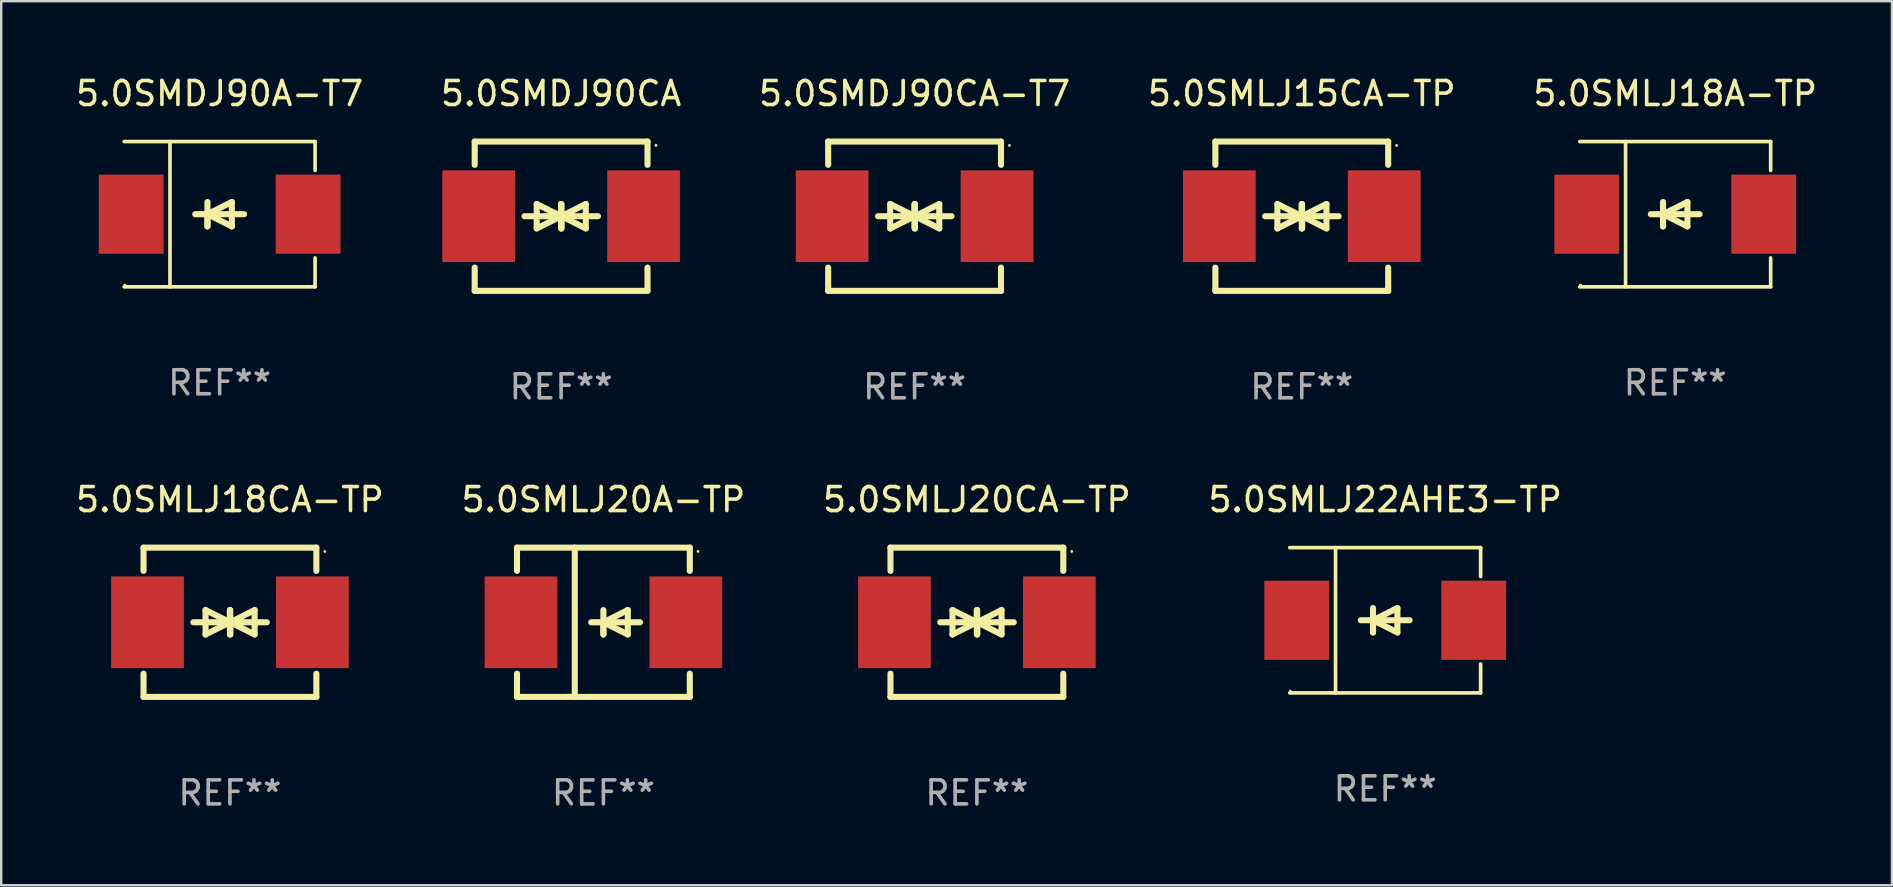
<source format=kicad_pcb>
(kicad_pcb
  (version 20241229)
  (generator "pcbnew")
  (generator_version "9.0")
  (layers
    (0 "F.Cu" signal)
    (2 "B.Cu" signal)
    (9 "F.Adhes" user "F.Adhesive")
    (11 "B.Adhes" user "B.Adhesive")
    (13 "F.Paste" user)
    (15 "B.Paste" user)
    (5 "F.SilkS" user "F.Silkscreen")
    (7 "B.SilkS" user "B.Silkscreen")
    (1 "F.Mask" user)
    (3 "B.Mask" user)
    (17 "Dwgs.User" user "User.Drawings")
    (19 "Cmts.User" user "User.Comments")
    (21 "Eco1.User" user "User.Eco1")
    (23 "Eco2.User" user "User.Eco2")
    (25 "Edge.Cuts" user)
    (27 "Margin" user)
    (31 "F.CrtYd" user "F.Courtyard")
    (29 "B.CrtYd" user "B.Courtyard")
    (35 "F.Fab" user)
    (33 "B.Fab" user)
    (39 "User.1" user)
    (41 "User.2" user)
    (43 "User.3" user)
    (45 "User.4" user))
  (footprint "5.0SMLJ20CA-TP"
    (layer "F.Cu")
    (at 37.649 22.875)
    (property "Reference" "5.0SMLJ20CA-TP" (at 0 -5.11 0) (layer "F.SilkS") (effects (font (size 1 1) (thickness 0.15))))
    (attr through_hole)
    (fp_line (start -3.6 -2.141) (end -3.6 -3.11) (stroke (width 0.254) (type solid)) (layer "F.SilkS"))
    (fp_line (start -3.6 3.11) (end -3.6 2.141) (stroke (width 0.254) (type solid)) (layer "F.SilkS"))
    (fp_line (start -1.524 0) (end 0.508 0) (stroke (width 0.254) (type solid)) (layer "F.SilkS"))
    (fp_line (start -1.016 -0.508) (end -1.016 0.508) (stroke (width 0.254) (type solid)) (layer "F.SilkS"))
    (fp_line (start -1.016 0.508) (end 0 0) (stroke (width 0.254) (type solid)) (layer "F.SilkS"))
    (fp_line (start 0 -0.508) (end 0 0.508) (stroke (width 0.254) (type solid)) (layer "F.SilkS"))
    (fp_line (start 0 0) (end -1.016 -0.508) (stroke (width 0.254) (type solid)) (layer "F.SilkS"))
    (fp_line (start 0 0) (end 0 -0.508) (stroke (width 0.254) (type solid)) (layer "F.SilkS"))
    (fp_line (start 0.012 0) (end 0.012 0.508) (stroke (width 0.254) (type solid)) (layer "F.SilkS"))
    (fp_line (start 0.012 0) (end 1.028 0.508) (stroke (width 0.254) (type solid)) (layer "F.SilkS"))
    (fp_line (start 0.012 0.508) (end 0.012 -0.508) (stroke (width 0.254) (type solid)) (layer "F.SilkS"))
    (fp_line (start 1.028 -0.508) (end 0.012 0) (stroke (width 0.254) (type solid)) (layer "F.SilkS"))
    (fp_line (start 1.028 0.508) (end 1.028 -0.508) (stroke (width 0.254) (type solid)) (layer "F.SilkS"))
    (fp_line (start 1.536 0) (end -0.496 0) (stroke (width 0.254) (type solid)) (layer "F.SilkS"))
    (fp_line (start 3.6 -3.11) (end -3.6 -3.11) (stroke (width 0.254) (type solid)) (layer "F.SilkS"))
    (fp_line (start 3.6 -2.141) (end 3.6 -3.11) (stroke (width 0.254) (type solid)) (layer "F.SilkS"))
    (fp_line (start 3.6 3.11) (end -3.6 3.11) (stroke (width 0.254) (type solid)) (layer "F.SilkS"))
    (fp_line (start 3.6 3.11) (end 3.6 2.141) (stroke (width 0.254) (type solid)) (layer "F.SilkS"))
    (fp_circle (center 3.952 -2.95) (end 3.982 -2.95) (stroke (width 0.06) (type solid)) (fill no) (layer "F.SilkS"))
    (fp_text user "REF**" (at 0 7.11 0) (layer "F.Fab") (effects (font (size 1 1) (thickness 0.15))))
    (pad "1" smd rect (at 3.435 0) (size 3.03 3.82) (layers "F.Cu" "F.Mask" "F.Paste"))
    (pad "2" smd rect (at -3.435 0) (size 3.03 3.82) (layers "F.Cu" "F.Mask" "F.Paste")))
  (footprint "5.0SMDJ90CA-T7"
    (layer "F.Cu")
    (at 35.054 5.958)
    (property "Reference" "5.0SMDJ90CA-T7" (at 0 -5.11 0) (layer "F.SilkS") (effects (font (size 1 1) (thickness 0.15))))
    (attr through_hole)
    (fp_line (start -3.6 -2.141) (end -3.6 -3.11) (stroke (width 0.254) (type solid)) (layer "F.SilkS"))
    (fp_line (start -3.6 3.11) (end -3.6 2.141) (stroke (width 0.254) (type solid)) (layer "F.SilkS"))
    (fp_line (start -1.524 0) (end 0.508 0) (stroke (width 0.254) (type solid)) (layer "F.SilkS"))
    (fp_line (start -1.016 -0.508) (end -1.016 0.508) (stroke (width 0.254) (type solid)) (layer "F.SilkS"))
    (fp_line (start -1.016 0.508) (end 0 0) (stroke (width 0.254) (type solid)) (layer "F.SilkS"))
    (fp_line (start 0 -0.508) (end 0 0.508) (stroke (width 0.254) (type solid)) (layer "F.SilkS"))
    (fp_line (start 0 0) (end -1.016 -0.508) (stroke (width 0.254) (type solid)) (layer "F.SilkS"))
    (fp_line (start 0 0) (end 0 -0.508) (stroke (width 0.254) (type solid)) (layer "F.SilkS"))
    (fp_line (start 0.012 0) (end 0.012 0.508) (stroke (width 0.254) (type solid)) (layer "F.SilkS"))
    (fp_line (start 0.012 0) (end 1.028 0.508) (stroke (width 0.254) (type solid)) (layer "F.SilkS"))
    (fp_line (start 0.012 0.508) (end 0.012 -0.508) (stroke (width 0.254) (type solid)) (layer "F.SilkS"))
    (fp_line (start 1.028 -0.508) (end 0.012 0) (stroke (width 0.254) (type solid)) (layer "F.SilkS"))
    (fp_line (start 1.028 0.508) (end 1.028 -0.508) (stroke (width 0.254) (type solid)) (layer "F.SilkS"))
    (fp_line (start 1.536 0) (end -0.496 0) (stroke (width 0.254) (type solid)) (layer "F.SilkS"))
    (fp_line (start 3.6 -3.11) (end -3.6 -3.11) (stroke (width 0.254) (type solid)) (layer "F.SilkS"))
    (fp_line (start 3.6 -2.141) (end 3.6 -3.11) (stroke (width 0.254) (type solid)) (layer "F.SilkS"))
    (fp_line (start 3.6 3.11) (end -3.6 3.11) (stroke (width 0.254) (type solid)) (layer "F.SilkS"))
    (fp_line (start 3.6 3.11) (end 3.6 2.141) (stroke (width 0.254) (type solid)) (layer "F.SilkS"))
    (fp_circle (center 3.952 -2.95) (end 3.982 -2.95) (stroke (width 0.06) (type solid)) (fill no) (layer "F.SilkS"))
    (fp_text user "REF**" (at 0 7.11 0) (layer "F.Fab") (effects (font (size 1 1) (thickness 0.15))))
    (pad "1" smd rect (at 3.435 0) (size 3.03 3.82) (layers "F.Cu" "F.Mask" "F.Paste"))
    (pad "2" smd rect (at -3.435 0) (size 3.03 3.82) (layers "F.Cu" "F.Mask" "F.Paste")))
  (footprint "5.0SMLJ22AHE3-TP"
    (layer "F.Cu")
    (at 54.661 22.791)
    (property "Reference" "5.0SMLJ22AHE3-TP" (at 0 -5.026 0) (layer "F.SilkS") (effects (font (size 1 1) (thickness 0.15))))
    (attr through_hole)
    (fp_line (start -3.976 -3.026) (end 3.976 -3.026) (stroke (width 0.152) (type solid)) (layer "F.SilkS"))
    (fp_line (start -3.976 3.026) (end 3.976 3.026) (stroke (width 0.152) (type solid)) (layer "F.SilkS"))
    (fp_line (start -2.069 -3.026) (end -2.069 3.026) (stroke (width 0.152) (type solid)) (layer "F.SilkS"))
    (fp_line (start -0.508 0) (end -0.508 0.508) (stroke (width 0.254) (type solid)) (layer "F.SilkS"))
    (fp_line (start -0.508 0) (end 0.508 0.508) (stroke (width 0.254) (type solid)) (layer "F.SilkS"))
    (fp_line (start -0.508 0.508) (end -0.508 -0.508) (stroke (width 0.254) (type solid)) (layer "F.SilkS"))
    (fp_line (start 0.508 -0.508) (end -0.508 0) (stroke (width 0.254) (type solid)) (layer "F.SilkS"))
    (fp_line (start 0.508 0.508) (end 0.508 -0.508) (stroke (width 0.254) (type solid)) (layer "F.SilkS"))
    (fp_line (start 1.016 0) (end -1.016 0) (stroke (width 0.254) (type solid)) (layer "F.SilkS"))
    (fp_line (start 3.976 -3.026) (end 3.976 -1.823) (stroke (width 0.152) (type solid)) (layer "F.SilkS"))
    (fp_line (start 3.976 3.026) (end 3.976 1.823) (stroke (width 0.152) (type solid)) (layer "F.SilkS"))
    (fp_circle (center -3.95 2.95) (end -3.92 2.95) (stroke (width 0.06) (type solid)) (fill no) (layer "F.SilkS"))
    (fp_text user "REF**" (at 0 7.026 0) (layer "F.Fab") (effects (font (size 1 1) (thickness 0.15))))
    (pad "1" smd rect (at -3.686 0) (size 2.7 3.3) (layers "F.Cu" "F.Mask" "F.Paste"))
    (pad "2" smd rect (at 3.686 0) (size 2.7 3.3) (layers "F.Cu" "F.Mask" "F.Paste")))
  (footprint "5.0SMLJ15CA-TP"
    (layer "F.Cu")
    (at 51.185 5.958)
    (property "Reference" "5.0SMLJ15CA-TP" (at 0 -5.11 0) (layer "F.SilkS") (effects (font (size 1 1) (thickness 0.15))))
    (attr through_hole)
    (fp_line (start -3.6 -2.141) (end -3.6 -3.11) (stroke (width 0.254) (type solid)) (layer "F.SilkS"))
    (fp_line (start -3.6 3.11) (end -3.6 2.141) (stroke (width 0.254) (type solid)) (layer "F.SilkS"))
    (fp_line (start -1.524 0) (end 0.508 0) (stroke (width 0.254) (type solid)) (layer "F.SilkS"))
    (fp_line (start -1.016 -0.508) (end -1.016 0.508) (stroke (width 0.254) (type solid)) (layer "F.SilkS"))
    (fp_line (start -1.016 0.508) (end 0 0) (stroke (width 0.254) (type solid)) (layer "F.SilkS"))
    (fp_line (start 0 -0.508) (end 0 0.508) (stroke (width 0.254) (type solid)) (layer "F.SilkS"))
    (fp_line (start 0 0) (end -1.016 -0.508) (stroke (width 0.254) (type solid)) (layer "F.SilkS"))
    (fp_line (start 0 0) (end 0 -0.508) (stroke (width 0.254) (type solid)) (layer "F.SilkS"))
    (fp_line (start 0.012 0) (end 0.012 0.508) (stroke (width 0.254) (type solid)) (layer "F.SilkS"))
    (fp_line (start 0.012 0) (end 1.028 0.508) (stroke (width 0.254) (type solid)) (layer "F.SilkS"))
    (fp_line (start 0.012 0.508) (end 0.012 -0.508) (stroke (width 0.254) (type solid)) (layer "F.SilkS"))
    (fp_line (start 1.028 -0.508) (end 0.012 0) (stroke (width 0.254) (type solid)) (layer "F.SilkS"))
    (fp_line (start 1.028 0.508) (end 1.028 -0.508) (stroke (width 0.254) (type solid)) (layer "F.SilkS"))
    (fp_line (start 1.536 0) (end -0.496 0) (stroke (width 0.254) (type solid)) (layer "F.SilkS"))
    (fp_line (start 3.6 -3.11) (end -3.6 -3.11) (stroke (width 0.254) (type solid)) (layer "F.SilkS"))
    (fp_line (start 3.6 -2.141) (end 3.6 -3.11) (stroke (width 0.254) (type solid)) (layer "F.SilkS"))
    (fp_line (start 3.6 3.11) (end -3.6 3.11) (stroke (width 0.254) (type solid)) (layer "F.SilkS"))
    (fp_line (start 3.6 3.11) (end 3.6 2.141) (stroke (width 0.254) (type solid)) (layer "F.SilkS"))
    (fp_circle (center 3.952 -2.95) (end 3.982 -2.95) (stroke (width 0.06) (type solid)) (fill no) (layer "F.SilkS"))
    (fp_text user "REF**" (at 0 7.11 0) (layer "F.Fab") (effects (font (size 1 1) (thickness 0.15))))
    (pad "1" smd rect (at 3.435 0) (size 3.03 3.82) (layers "F.Cu" "F.Mask" "F.Paste"))
    (pad "2" smd rect (at -3.435 0) (size 3.03 3.82) (layers "F.Cu" "F.Mask" "F.Paste")))
  (footprint "5.0SMDJ90A-T7"
    (layer "F.Cu")
    (at 6.101 5.874)
    (property "Reference" "5.0SMDJ90A-T7" (at 0 -5.026 0) (layer "F.SilkS") (effects (font (size 1 1) (thickness 0.15))))
    (attr through_hole)
    (fp_line (start -3.976 -3.026) (end 3.976 -3.026) (stroke (width 0.152) (type solid)) (layer "F.SilkS"))
    (fp_line (start -3.976 3.026) (end 3.976 3.026) (stroke (width 0.152) (type solid)) (layer "F.SilkS"))
    (fp_line (start -2.069 -3.026) (end -2.069 3.026) (stroke (width 0.152) (type solid)) (layer "F.SilkS"))
    (fp_line (start -0.508 0) (end -0.508 0.508) (stroke (width 0.254) (type solid)) (layer "F.SilkS"))
    (fp_line (start -0.508 0) (end 0.508 0.508) (stroke (width 0.254) (type solid)) (layer "F.SilkS"))
    (fp_line (start -0.508 0.508) (end -0.508 -0.508) (stroke (width 0.254) (type solid)) (layer "F.SilkS"))
    (fp_line (start 0.508 -0.508) (end -0.508 0) (stroke (width 0.254) (type solid)) (layer "F.SilkS"))
    (fp_line (start 0.508 0.508) (end 0.508 -0.508) (stroke (width 0.254) (type solid)) (layer "F.SilkS"))
    (fp_line (start 1.016 0) (end -1.016 0) (stroke (width 0.254) (type solid)) (layer "F.SilkS"))
    (fp_line (start 3.976 -3.026) (end 3.976 -1.823) (stroke (width 0.152) (type solid)) (layer "F.SilkS"))
    (fp_line (start 3.976 3.026) (end 3.976 1.823) (stroke (width 0.152) (type solid)) (layer "F.SilkS"))
    (fp_circle (center -3.95 2.95) (end -3.92 2.95) (stroke (width 0.06) (type solid)) (fill no) (layer "F.SilkS"))
    (fp_text user "REF**" (at 0 7.026 0) (layer "F.Fab") (effects (font (size 1 1) (thickness 0.15))))
    (pad "1" smd rect (at -3.686 0) (size 2.7 3.3) (layers "F.Cu" "F.Mask" "F.Paste"))
    (pad "2" smd rect (at 3.686 0) (size 2.7 3.3) (layers "F.Cu" "F.Mask" "F.Paste")))
  (footprint "5.0SMLJ20A-TP"
    (layer "F.Cu")
    (at 22.089 22.875)
    (property "Reference" "5.0SMLJ20A-TP" (at 0 -5.11 0) (layer "F.SilkS") (effects (font (size 1 1) (thickness 0.15))))
    (attr through_hole)
    (fp_line (start -3.6 -3.11) (end -3.6 -2.141) (stroke (width 0.254) (type solid)) (layer "F.SilkS"))
    (fp_line (start -3.6 -3.11) (end 3.6 -3.11) (stroke (width 0.254) (type solid)) (layer "F.SilkS"))
    (fp_line (start -3.6 2.141) (end -3.6 3.11) (stroke (width 0.254) (type solid)) (layer "F.SilkS"))
    (fp_line (start -3.6 3.11) (end 3.6 3.11) (stroke (width 0.254) (type solid)) (layer "F.SilkS"))
    (fp_line (start -1.192 -3.11) (end -1.192 3.11) (stroke (width 0.254) (type solid)) (layer "F.SilkS"))
    (fp_line (start 0 0) (end 0 0.508) (stroke (width 0.254) (type solid)) (layer "F.SilkS"))
    (fp_line (start 0 0) (end 1.016 0.508) (stroke (width 0.254) (type solid)) (layer "F.SilkS"))
    (fp_line (start 0 0.508) (end 0 -0.508) (stroke (width 0.254) (type solid)) (layer "F.SilkS"))
    (fp_line (start 1.016 -0.508) (end 0 0) (stroke (width 0.254) (type solid)) (layer "F.SilkS"))
    (fp_line (start 1.016 0.508) (end 1.016 -0.508) (stroke (width 0.254) (type solid)) (layer "F.SilkS"))
    (fp_line (start 1.524 0) (end -0.508 0) (stroke (width 0.254) (type solid)) (layer "F.SilkS"))
    (fp_line (start 3.6 -3.11) (end 3.6 -2.141) (stroke (width 0.254) (type solid)) (layer "F.SilkS"))
    (fp_line (start 3.6 2.141) (end 3.6 3.11) (stroke (width 0.254) (type solid)) (layer "F.SilkS"))
    (fp_circle (center 3.943 -2.952) (end 3.973 -2.952) (stroke (width 0.06) (type solid)) (fill no) (layer "F.SilkS"))
    (fp_text user "REF**" (at 0 7.11 0) (layer "F.Fab") (effects (font (size 1 1) (thickness 0.15))))
    (pad "1" smd rect (at 3.435 0 180) (size 3.03 3.82) (layers "F.Cu" "F.Mask" "F.Paste"))
    (pad "2" smd rect (at -3.435 0 180) (size 3.03 3.82) (layers "F.Cu" "F.Mask" "F.Paste")))
  (footprint "5.0SMDJ90CA"
    (layer "F.Cu")
    (at 20.327 5.958)
    (property "Reference" "5.0SMDJ90CA" (at 0 -5.11 0) (layer "F.SilkS") (effects (font (size 1 1) (thickness 0.15))))
    (attr through_hole)
    (fp_line (start -3.6 -2.141) (end -3.6 -3.11) (stroke (width 0.254) (type solid)) (layer "F.SilkS"))
    (fp_line (start -3.6 3.11) (end -3.6 2.141) (stroke (width 0.254) (type solid)) (layer "F.SilkS"))
    (fp_line (start -1.524 0) (end 0.508 0) (stroke (width 0.254) (type solid)) (layer "F.SilkS"))
    (fp_line (start -1.016 -0.508) (end -1.016 0.508) (stroke (width 0.254) (type solid)) (layer "F.SilkS"))
    (fp_line (start -1.016 0.508) (end 0 0) (stroke (width 0.254) (type solid)) (layer "F.SilkS"))
    (fp_line (start 0 -0.508) (end 0 0.508) (stroke (width 0.254) (type solid)) (layer "F.SilkS"))
    (fp_line (start 0 0) (end -1.016 -0.508) (stroke (width 0.254) (type solid)) (layer "F.SilkS"))
    (fp_line (start 0 0) (end 0 -0.508) (stroke (width 0.254) (type solid)) (layer "F.SilkS"))
    (fp_line (start 0.012 0) (end 0.012 0.508) (stroke (width 0.254) (type solid)) (layer "F.SilkS"))
    (fp_line (start 0.012 0) (end 1.028 0.508) (stroke (width 0.254) (type solid)) (layer "F.SilkS"))
    (fp_line (start 0.012 0.508) (end 0.012 -0.508) (stroke (width 0.254) (type solid)) (layer "F.SilkS"))
    (fp_line (start 1.028 -0.508) (end 0.012 0) (stroke (width 0.254) (type solid)) (layer "F.SilkS"))
    (fp_line (start 1.028 0.508) (end 1.028 -0.508) (stroke (width 0.254) (type solid)) (layer "F.SilkS"))
    (fp_line (start 1.536 0) (end -0.496 0) (stroke (width 0.254) (type solid)) (layer "F.SilkS"))
    (fp_line (start 3.6 -3.11) (end -3.6 -3.11) (stroke (width 0.254) (type solid)) (layer "F.SilkS"))
    (fp_line (start 3.6 -2.141) (end 3.6 -3.11) (stroke (width 0.254) (type solid)) (layer "F.SilkS"))
    (fp_line (start 3.6 3.11) (end -3.6 3.11) (stroke (width 0.254) (type solid)) (layer "F.SilkS"))
    (fp_line (start 3.6 3.11) (end 3.6 2.141) (stroke (width 0.254) (type solid)) (layer "F.SilkS"))
    (fp_circle (center 3.952 -2.95) (end 3.982 -2.95) (stroke (width 0.06) (type solid)) (fill no) (layer "F.SilkS"))
    (fp_text user "REF**" (at 0 7.11 0) (layer "F.Fab") (effects (font (size 1 1) (thickness 0.15))))
    (pad "1" smd rect (at 3.435 0) (size 3.03 3.82) (layers "F.Cu" "F.Mask" "F.Paste"))
    (pad "2" smd rect (at -3.435 0) (size 3.03 3.82) (layers "F.Cu" "F.Mask" "F.Paste")))
  (footprint "5.0SMLJ18A-TP"
    (layer "F.Cu")
    (at 66.744 5.874)
    (property "Reference" "5.0SMLJ18A-TP" (at 0 -5.026 0) (layer "F.SilkS") (effects (font (size 1 1) (thickness 0.15))))
    (attr through_hole)
    (fp_line (start -3.976 -3.026) (end 3.976 -3.026) (stroke (width 0.152) (type solid)) (layer "F.SilkS"))
    (fp_line (start -3.976 3.026) (end 3.976 3.026) (stroke (width 0.152) (type solid)) (layer "F.SilkS"))
    (fp_line (start -2.069 -3.026) (end -2.069 3.026) (stroke (width 0.152) (type solid)) (layer "F.SilkS"))
    (fp_line (start -0.508 0) (end -0.508 0.508) (stroke (width 0.254) (type solid)) (layer "F.SilkS"))
    (fp_line (start -0.508 0) (end 0.508 0.508) (stroke (width 0.254) (type solid)) (layer "F.SilkS"))
    (fp_line (start -0.508 0.508) (end -0.508 -0.508) (stroke (width 0.254) (type solid)) (layer "F.SilkS"))
    (fp_line (start 0.508 -0.508) (end -0.508 0) (stroke (width 0.254) (type solid)) (layer "F.SilkS"))
    (fp_line (start 0.508 0.508) (end 0.508 -0.508) (stroke (width 0.254) (type solid)) (layer "F.SilkS"))
    (fp_line (start 1.016 0) (end -1.016 0) (stroke (width 0.254) (type solid)) (layer "F.SilkS"))
    (fp_line (start 3.976 -3.026) (end 3.976 -1.823) (stroke (width 0.152) (type solid)) (layer "F.SilkS"))
    (fp_line (start 3.976 3.026) (end 3.976 1.823) (stroke (width 0.152) (type solid)) (layer "F.SilkS"))
    (fp_circle (center -3.95 2.95) (end -3.92 2.95) (stroke (width 0.06) (type solid)) (fill no) (layer "F.SilkS"))
    (fp_text user "REF**" (at 0 7.026 0) (layer "F.Fab") (effects (font (size 1 1) (thickness 0.15))))
    (pad "1" smd rect (at -3.686 0) (size 2.7 3.3) (layers "F.Cu" "F.Mask" "F.Paste"))
    (pad "2" smd rect (at 3.686 0) (size 2.7 3.3) (layers "F.Cu" "F.Mask" "F.Paste")))
  (footprint "5.0SMLJ18CA-TP"
    (layer "F.Cu")
    (at 6.53 22.875)
    (property "Reference" "5.0SMLJ18CA-TP" (at 0 -5.11 0) (layer "F.SilkS") (effects (font (size 1 1) (thickness 0.15))))
    (attr through_hole)
    (fp_line (start -3.6 -2.141) (end -3.6 -3.11) (stroke (width 0.254) (type solid)) (layer "F.SilkS"))
    (fp_line (start -3.6 3.11) (end -3.6 2.141) (stroke (width 0.254) (type solid)) (layer "F.SilkS"))
    (fp_line (start -1.524 0) (end 0.508 0) (stroke (width 0.254) (type solid)) (layer "F.SilkS"))
    (fp_line (start -1.016 -0.508) (end -1.016 0.508) (stroke (width 0.254) (type solid)) (layer "F.SilkS"))
    (fp_line (start -1.016 0.508) (end 0 0) (stroke (width 0.254) (type solid)) (layer "F.SilkS"))
    (fp_line (start 0 -0.508) (end 0 0.508) (stroke (width 0.254) (type solid)) (layer "F.SilkS"))
    (fp_line (start 0 0) (end -1.016 -0.508) (stroke (width 0.254) (type solid)) (layer "F.SilkS"))
    (fp_line (start 0 0) (end 0 -0.508) (stroke (width 0.254) (type solid)) (layer "F.SilkS"))
    (fp_line (start 0.012 0) (end 0.012 0.508) (stroke (width 0.254) (type solid)) (layer "F.SilkS"))
    (fp_line (start 0.012 0) (end 1.028 0.508) (stroke (width 0.254) (type solid)) (layer "F.SilkS"))
    (fp_line (start 0.012 0.508) (end 0.012 -0.508) (stroke (width 0.254) (type solid)) (layer "F.SilkS"))
    (fp_line (start 1.028 -0.508) (end 0.012 0) (stroke (width 0.254) (type solid)) (layer "F.SilkS"))
    (fp_line (start 1.028 0.508) (end 1.028 -0.508) (stroke (width 0.254) (type solid)) (layer "F.SilkS"))
    (fp_line (start 1.536 0) (end -0.496 0) (stroke (width 0.254) (type solid)) (layer "F.SilkS"))
    (fp_line (start 3.6 -3.11) (end -3.6 -3.11) (stroke (width 0.254) (type solid)) (layer "F.SilkS"))
    (fp_line (start 3.6 -2.141) (end 3.6 -3.11) (stroke (width 0.254) (type solid)) (layer "F.SilkS"))
    (fp_line (start 3.6 3.11) (end -3.6 3.11) (stroke (width 0.254) (type solid)) (layer "F.SilkS"))
    (fp_line (start 3.6 3.11) (end 3.6 2.141) (stroke (width 0.254) (type solid)) (layer "F.SilkS"))
    (fp_circle (center 3.952 -2.95) (end 3.982 -2.95) (stroke (width 0.06) (type solid)) (fill no) (layer "F.SilkS"))
    (fp_text user "REF**" (at 0 7.11 0) (layer "F.Fab") (effects (font (size 1 1) (thickness 0.15))))
    (pad "1" smd rect (at 3.435 0) (size 3.03 3.82) (layers "F.Cu" "F.Mask" "F.Paste"))
    (pad "2" smd rect (at -3.435 0) (size 3.03 3.82) (layers "F.Cu" "F.Mask" "F.Paste")))
  (gr_rect
    (start -3 -3)
    (end 75.774 33.833)
    (stroke (width 0.1) (type default))
    (fill no)
    (layer "Edge.Cuts")))
</source>
